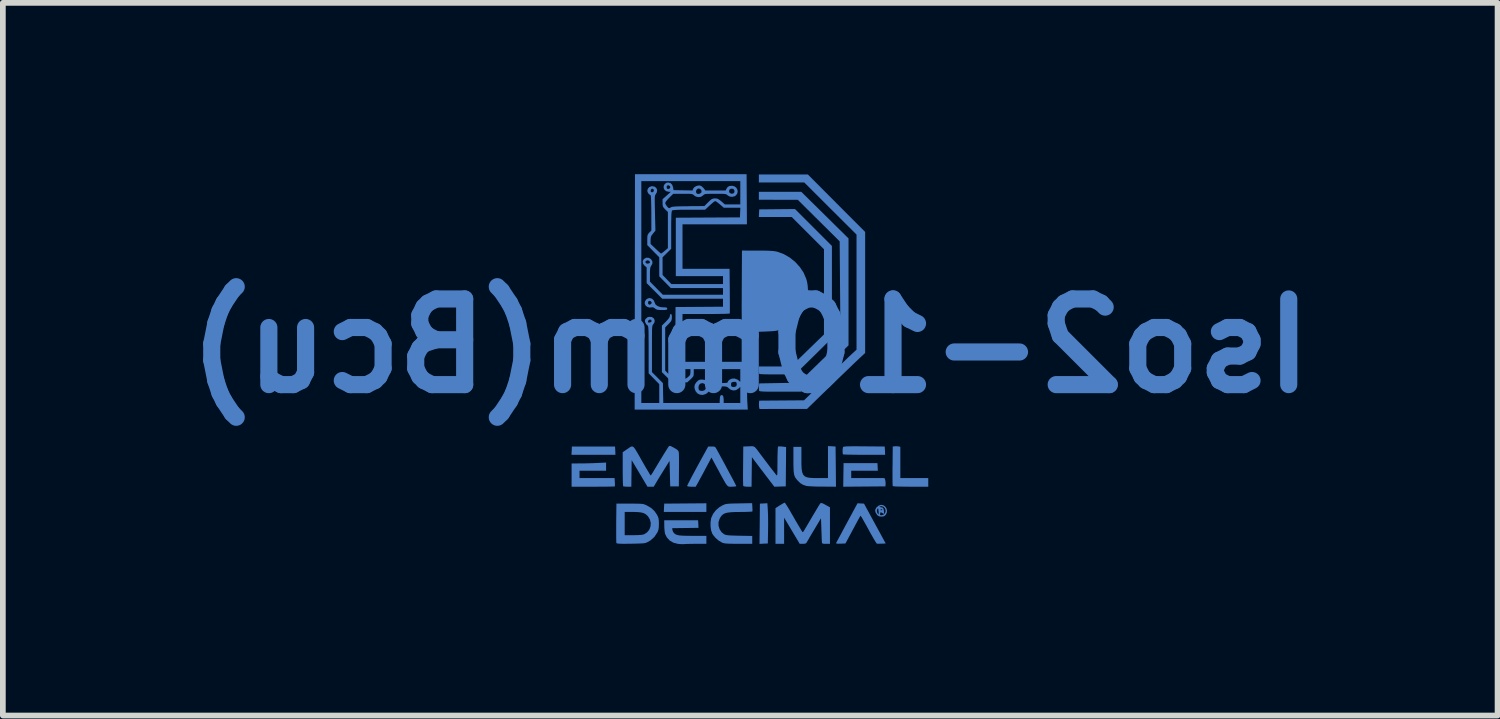
<source format=kicad_pcb>
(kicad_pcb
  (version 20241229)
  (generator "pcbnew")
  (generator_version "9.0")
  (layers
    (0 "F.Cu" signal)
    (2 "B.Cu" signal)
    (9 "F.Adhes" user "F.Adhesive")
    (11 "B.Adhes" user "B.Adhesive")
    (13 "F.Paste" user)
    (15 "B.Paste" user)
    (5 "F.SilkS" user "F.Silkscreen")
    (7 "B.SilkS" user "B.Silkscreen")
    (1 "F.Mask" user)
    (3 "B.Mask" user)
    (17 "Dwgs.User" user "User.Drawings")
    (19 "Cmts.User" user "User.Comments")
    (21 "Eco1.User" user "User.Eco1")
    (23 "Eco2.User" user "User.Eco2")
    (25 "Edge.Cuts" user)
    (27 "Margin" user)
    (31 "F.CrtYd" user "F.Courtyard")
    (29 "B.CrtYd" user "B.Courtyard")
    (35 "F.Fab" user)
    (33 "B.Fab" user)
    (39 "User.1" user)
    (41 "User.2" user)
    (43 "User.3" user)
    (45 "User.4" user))
  (footprint "Iso2-10mm(Bcu)"
    (layer "F.Cu")
    (at 10.086 3.006)
    (property "Reference" "Iso2-10mm(Bcu)" (at 0 0 0) (layer "B.Cu") (effects (font (size 1.5 1.5) (thickness 0.3)) (justify mirror)))
    (attr board_only exclude_from_pos_files exclude_from_bom)
    (fp_poly (pts (xy -2.363 1.835) (xy -2.36 1.907) (xy -2.745 1.907) (xy -3.13 1.907) (xy -3.126 1.835) (xy -3.123 1.762) (xy -2.745 1.762) (xy -2.367 1.762)) (stroke (width 0) (type solid)) (fill yes) (layer "B.Cu"))
    (fp_poly (pts (xy -0.768 2.832) (xy -0.768 2.908) (xy -1.14 2.908) (xy -1.513 2.908) (xy -1.51 2.835) (xy -1.506 2.762) (xy -1.137 2.759) (xy -0.768 2.756)) (stroke (width 0) (type solid)) (fill yes) (layer "B.Cu"))
    (fp_poly (pts (xy 0.308 2.875) (xy 0.31 2.926) (xy 0.312 2.994) (xy 0.313 3.072) (xy 0.313 3.155) (xy 0.312 3.227) (xy 0.308 3.46) (xy 0.235 3.463) (xy 0.162 3.467) (xy 0.166 3.115) (xy 0.169 2.762) (xy 0.234 2.759) (xy 0.3 2.755)) (stroke (width 0) (type solid)) (fill yes) (layer "B.Cu"))
    (fp_poly (pts (xy 2.231 2.12) (xy 2.234 2.186) (xy 2.001 2.186) (xy 1.768 2.186) (xy 1.768 2.25) (xy 1.768 2.314) (xy 2.059 2.314) (xy 2.35 2.314) (xy 2.362 2.346) (xy 2.369 2.38) (xy 2.37 2.418) (xy 2.37 2.418) (xy 2.367 2.46) (xy 1.997 2.463) (xy 1.628 2.466) (xy 1.631 2.259) (xy 1.634 2.053) (xy 1.931 2.053) (xy 2.227 2.053)) (stroke (width 0) (type solid)) (fill yes) (layer "B.Cu"))
    (fp_poly (pts (xy 1.978 1.759) (xy 1.995 1.759) (xy 2.355 1.762) (xy 2.359 1.835) (xy 2.362 1.907) (xy 1.997 1.907) (xy 1.907 1.907) (xy 1.825 1.906) (xy 1.753 1.905) (xy 1.694 1.904) (xy 1.652 1.902) (xy 1.628 1.901) (xy 1.624 1.9) (xy 1.619 1.883) (xy 1.617 1.852) (xy 1.618 1.817) (xy 1.621 1.786) (xy 1.626 1.771) (xy 1.634 1.766) (xy 1.653 1.763) (xy 1.684 1.76) (xy 1.73 1.759) (xy 1.793 1.758) (xy 1.875 1.758)) (stroke (width 0) (type solid)) (fill yes) (layer "B.Cu"))
    (fp_poly (pts (xy 2.601 1.761) (xy 2.628 1.768) (xy 2.628 2.041) (xy 2.628 2.314) (xy 2.873 2.314) (xy 3.117 2.314) (xy 3.117 2.39) (xy 3.117 2.466) (xy 2.808 2.466) (xy 2.71 2.465) (xy 2.634 2.464) (xy 2.576 2.463) (xy 2.535 2.461) (xy 2.51 2.458) (xy 2.497 2.454) (xy 2.494 2.451) (xy 2.493 2.436) (xy 2.492 2.401) (xy 2.491 2.348) (xy 2.491 2.282) (xy 2.491 2.204) (xy 2.491 2.119) (xy 2.492 2.099) (xy 2.495 1.762) (xy 2.534 1.758) (xy 2.57 1.758)) (stroke (width 0) (type solid)) (fill yes) (layer "B.Cu"))
    (fp_poly (pts (xy -2.524 2.115) (xy -2.524 2.186) (xy -2.756 2.186) (xy -2.989 2.186) (xy -2.989 2.25) (xy -2.989 2.314) (xy -2.682 2.314) (xy -2.375 2.314) (xy -2.371 2.385) (xy -2.369 2.423) (xy -2.37 2.451) (xy -2.372 2.461) (xy -2.384 2.462) (xy -2.417 2.463) (xy -2.467 2.464) (xy -2.533 2.465) (xy -2.61 2.465) (xy -2.697 2.466) (xy -2.752 2.466) (xy -3.128 2.466) (xy -3.128 2.262) (xy -3.128 2.059) (xy -2.992 2.058) (xy -2.925 2.058) (xy -2.845 2.056) (xy -2.763 2.054) (xy -2.689 2.051) (xy -2.524 2.043)) (stroke (width 0) (type solid)) (fill yes) (layer "B.Cu"))
    (fp_poly (pts (xy 1.107 -2.073) (xy 1.43 -1.75) (xy 1.43 -0.943) (xy 1.43 -0.136) (xy 1.108 0.182) (xy 0.785 0.499) (xy 0.476 0.5) (xy 0.393 0.499) (xy 0.318 0.499) (xy 0.254 0.498) (xy 0.204 0.496) (xy 0.172 0.494) (xy 0.159 0.492) (xy 0.155 0.477) (xy 0.152 0.447) (xy 0.151 0.423) (xy 0.151 0.361) (xy 0.433 0.36) (xy 0.715 0.36) (xy 1.003 0.08) (xy 1.291 -0.2) (xy 1.291 -0.946) (xy 1.291 -1.692) (xy 1.009 -1.974) (xy 0.727 -2.256) (xy 0.438 -2.256) (xy 0.15 -2.256) (xy 0.154 -2.323) (xy 0.157 -2.39) (xy 0.471 -2.393) (xy 0.784 -2.396)) (stroke (width 0) (type solid)) (fill yes) (layer "B.Cu"))
    (fp_poly (pts (xy -0.909 3.12) (xy -0.906 3.186) (xy -1.136 3.189) (xy -1.367 3.192) (xy -1.363 3.222) (xy -1.352 3.254) (xy -1.339 3.273) (xy -1.322 3.29) (xy -1.301 3.303) (xy -1.274 3.312) (xy -1.237 3.319) (xy -1.188 3.323) (xy -1.122 3.325) (xy -1.038 3.326) (xy -1.006 3.326) (xy -0.768 3.326) (xy -0.768 3.396) (xy -0.768 3.466) (xy -0.935 3.466) (xy -0.999 3.466) (xy -1.06 3.467) (xy -1.112 3.468) (xy -1.147 3.47) (xy -1.153 3.471) (xy -1.195 3.472) (xy -1.245 3.469) (xy -1.269 3.466) (xy -1.346 3.446) (xy -1.41 3.408) (xy -1.46 3.354) (xy -1.49 3.295) (xy -1.497 3.262) (xy -1.502 3.215) (xy -1.505 3.163) (xy -1.505 3.152) (xy -1.506 3.053) (xy -1.21 3.053) (xy -0.913 3.053)) (stroke (width 0) (type solid)) (fill yes) (layer "B.Cu"))
    (fp_poly (pts (xy 1.428 1.758) (xy 1.494 1.762) (xy 1.498 2.114) (xy 1.501 2.466) (xy 1.265 2.464) (xy 1.19 2.464) (xy 1.121 2.462) (xy 1.061 2.459) (xy 1.015 2.456) (xy 0.987 2.453) (xy 0.985 2.453) (xy 0.925 2.433) (xy 0.875 2.402) (xy 0.832 2.36) (xy 0.808 2.332) (xy 0.789 2.306) (xy 0.776 2.279) (xy 0.767 2.246) (xy 0.761 2.204) (xy 0.758 2.15) (xy 0.756 2.079) (xy 0.756 2.001) (xy 0.756 1.768) (xy 0.826 1.768) (xy 0.896 1.768) (xy 0.896 1.98) (xy 0.896 2.077) (xy 0.9 2.153) (xy 0.909 2.211) (xy 0.926 2.253) (xy 0.952 2.282) (xy 0.989 2.3) (xy 1.041 2.31) (xy 1.109 2.314) (xy 1.189 2.314) (xy 1.361 2.314) (xy 1.361 2.035) (xy 1.361 1.755)) (stroke (width 0) (type solid)) (fill yes) (layer "B.Cu"))
    (fp_poly (pts (xy 1.935 2.759) (xy 1.992 2.762) (xy 2.182 3.111) (xy 2.372 3.46) (xy 2.301 3.463) (xy 2.261 3.464) (xy 2.229 3.464) (xy 2.216 3.462) (xy 2.206 3.45) (xy 2.188 3.421) (xy 2.162 3.378) (xy 2.13 3.322) (xy 2.094 3.258) (xy 2.069 3.212) (xy 2.032 3.144) (xy 1.998 3.084) (xy 1.97 3.034) (xy 1.948 2.997) (xy 1.934 2.977) (xy 1.931 2.973) (xy 1.924 2.985) (xy 1.907 3.014) (xy 1.883 3.057) (xy 1.853 3.113) (xy 1.819 3.177) (xy 1.796 3.219) (xy 1.667 3.46) (xy 1.582 3.463) (xy 1.539 3.464) (xy 1.511 3.461) (xy 1.502 3.456) (xy 1.502 3.456) (xy 1.508 3.443) (xy 1.524 3.413) (xy 1.549 3.367) (xy 1.581 3.308) (xy 1.618 3.238) (xy 1.66 3.16) (xy 1.692 3.101) (xy 1.878 2.756)) (stroke (width 0) (type solid)) (fill yes) (layer "B.Cu"))
    (fp_poly (pts (xy -1.722 -0.827) (xy -1.691 -0.799) (xy -1.674 -0.762) (xy -1.673 -0.756) (xy -1.657 -0.723) (xy -1.623 -0.697) (xy -1.575 -0.68) (xy -1.522 -0.675) (xy -1.483 -0.674) (xy -1.463 -0.67) (xy -1.455 -0.661) (xy -1.454 -0.651) (xy -1.456 -0.64) (xy -1.465 -0.633) (xy -1.486 -0.629) (xy -1.524 -0.628) (xy -1.544 -0.628) (xy -1.593 -0.629) (xy -1.625 -0.633) (xy -1.649 -0.642) (xy -1.669 -0.656) (xy -1.697 -0.674) (xy -1.721 -0.676) (xy -1.73 -0.674) (xy -1.766 -0.671) (xy -1.804 -0.683) (xy -1.833 -0.707) (xy -1.848 -0.742) (xy -1.845 -0.768) (xy -1.789 -0.768) (xy -1.787 -0.74) (xy -1.787 -0.739) (xy -1.772 -0.723) (xy -1.764 -0.721) (xy -1.743 -0.729) (xy -1.733 -0.739) (xy -1.724 -0.757) (xy -1.733 -0.773) (xy -1.756 -0.789) (xy -1.777 -0.785) (xy -1.789 -0.768) (xy -1.845 -0.768) (xy -1.843 -0.779) (xy -1.823 -0.811) (xy -1.791 -0.832) (xy -1.76 -0.837)) (stroke (width 0) (type solid)) (fill yes) (layer "B.Cu"))
    (fp_poly (pts (xy 1.307 -2.29) (xy 1.721 -1.881) (xy 1.721 -0.945) (xy 1.721 -0.009) (xy 1.468 0.237) (xy 1.395 0.309) (xy 1.317 0.385) (xy 1.239 0.46) (xy 1.166 0.532) (xy 1.101 0.595) (xy 1.053 0.642) (xy 0.89 0.802) (xy 0.526 0.802) (xy 0.421 0.802) (xy 0.338 0.802) (xy 0.273 0.801) (xy 0.225 0.799) (xy 0.192 0.797) (xy 0.171 0.794) (xy 0.159 0.79) (xy 0.156 0.786) (xy 0.153 0.766) (xy 0.153 0.732) (xy 0.153 0.714) (xy 0.157 0.657) (xy 0.501 0.651) (xy 0.846 0.645) (xy 1.187 0.314) (xy 1.262 0.241) (xy 1.332 0.173) (xy 1.396 0.11) (xy 1.452 0.056) (xy 1.498 0.011) (xy 1.531 -0.022) (xy 1.551 -0.041) (xy 1.554 -0.044) (xy 1.58 -0.071) (xy 1.573 -0.951) (xy 1.566 -1.83) (xy 1.199 -2.194) (xy 0.832 -2.558) (xy 0.491 -2.558) (xy 0.151 -2.559) (xy 0.151 -2.628) (xy 0.151 -2.698) (xy 0.522 -2.698) (xy 0.893 -2.698)) (stroke (width 0) (type solid)) (fill yes) (layer "B.Cu"))
    (fp_poly (pts (xy 1.51 -2.498) (xy 2.012 -1.995) (xy 2.012 -0.935) (xy 2.012 0.125) (xy 1.951 0.181) (xy 1.924 0.206) (xy 1.883 0.245) (xy 1.829 0.296) (xy 1.766 0.357) (xy 1.694 0.426) (xy 1.617 0.5) (xy 1.537 0.577) (xy 1.456 0.656) (xy 1.375 0.734) (xy 1.298 0.809) (xy 1.226 0.878) (xy 1.17 0.933) (xy 0.994 1.104) (xy 0.579 1.104) (xy 0.163 1.105) (xy 0.156 1.078) (xy 0.153 1.048) (xy 0.153 1.01) (xy 0.153 1.005) (xy 0.157 0.959) (xy 0.549 0.956) (xy 0.942 0.953) (xy 1.166 0.735) (xy 1.277 0.626) (xy 1.382 0.524) (xy 1.48 0.429) (xy 1.569 0.343) (xy 1.647 0.268) (xy 1.712 0.205) (xy 1.764 0.156) (xy 1.794 0.128) (xy 1.861 0.066) (xy 1.861 -0.942) (xy 1.861 -1.949) (xy 1.403 -2.405) (xy 0.946 -2.861) (xy 0.549 -2.861) (xy 0.151 -2.861) (xy 0.151 -2.931) (xy 0.151 -3.001) (xy 0.58 -3.001) (xy 1.009 -3.001)) (stroke (width 0) (type solid)) (fill yes) (layer "B.Cu"))
    (fp_poly (pts (xy -0.639 1.763) (xy -0.618 1.769) (xy -0.603 1.785) (xy -0.593 1.803) (xy -0.543 1.894) (xy -0.493 1.986) (xy -0.444 2.076) (xy -0.398 2.162) (xy -0.356 2.241) (xy -0.318 2.311) (xy -0.287 2.369) (xy -0.264 2.415) (xy -0.249 2.444) (xy -0.244 2.455) (xy -0.255 2.46) (xy -0.283 2.464) (xy -0.32 2.466) (xy -0.343 2.466) (xy -0.362 2.466) (xy -0.378 2.463) (xy -0.393 2.455) (xy -0.408 2.439) (xy -0.426 2.415) (xy -0.448 2.379) (xy -0.475 2.33) (xy -0.511 2.266) (xy -0.555 2.183) (xy -0.564 2.167) (xy -0.679 1.955) (xy -0.789 2.161) (xy -0.824 2.228) (xy -0.858 2.29) (xy -0.888 2.345) (xy -0.911 2.388) (xy -0.926 2.415) (xy -0.927 2.416) (xy -0.955 2.466) (xy -1.03 2.466) (xy -1.075 2.464) (xy -1.099 2.458) (xy -1.105 2.451) (xy -1.099 2.438) (xy -1.084 2.406) (xy -1.06 2.36) (xy -1.029 2.3) (xy -0.992 2.231) (xy -0.95 2.153) (xy -0.921 2.099) (xy -0.736 1.762) (xy -0.676 1.762)) (stroke (width 0) (type solid)) (fill yes) (layer "B.Cu"))
    (fp_poly (pts (xy 0.128 -1.668) (xy 0.222 -1.668) (xy 0.297 -1.667) (xy 0.355 -1.664) (xy 0.4 -1.661) (xy 0.437 -1.656) (xy 0.467 -1.65) (xy 0.475 -1.648) (xy 0.587 -1.607) (xy 0.691 -1.547) (xy 0.786 -1.471) (xy 0.867 -1.382) (xy 0.933 -1.284) (xy 0.979 -1.178) (xy 0.994 -1.127) (xy 1.006 -1.055) (xy 1.011 -0.973) (xy 1.01 -0.889) (xy 1.002 -0.815) (xy 0.999 -0.8) (xy 0.964 -0.689) (xy 0.908 -0.585) (xy 0.835 -0.49) (xy 0.746 -0.407) (xy 0.644 -0.338) (xy 0.532 -0.286) (xy 0.483 -0.271) (xy 0.45 -0.264) (xy 0.399 -0.258) (xy 0.329 -0.254) (xy 0.239 -0.25) (xy 0.143 -0.247) (xy 0.053 -0.246) (xy -0.016 -0.245) (xy -0.067 -0.245) (xy -0.103 -0.246) (xy -0.126 -0.249) (xy -0.139 -0.252) (xy -0.145 -0.257) (xy -0.146 -0.258) (xy -0.147 -0.273) (xy -0.148 -0.308) (xy -0.149 -0.363) (xy -0.149 -0.435) (xy -0.149 -0.522) (xy -0.15 -0.621) (xy -0.15 -0.731) (xy -0.149 -0.85) (xy -0.149 -0.972) (xy -0.145 -1.669)) (stroke (width 0) (type solid)) (fill yes) (layer "B.Cu"))
    (fp_poly (pts (xy 0.059 1.761) (xy 0.078 1.771) (xy 0.098 1.791) (xy 0.123 1.822) (xy 0.157 1.868) (xy 0.183 1.903) (xy 0.22 1.952) (xy 0.263 2.009) (xy 0.31 2.071) (xy 0.356 2.132) (xy 0.399 2.187) (xy 0.434 2.232) (xy 0.456 2.26) (xy 0.463 2.267) (xy 0.468 2.268) (xy 0.471 2.261) (xy 0.474 2.243) (xy 0.475 2.211) (xy 0.476 2.163) (xy 0.476 2.096) (xy 0.477 2.027) (xy 0.477 1.949) (xy 0.479 1.88) (xy 0.481 1.825) (xy 0.483 1.785) (xy 0.487 1.765) (xy 0.488 1.762) (xy 0.504 1.76) (xy 0.536 1.761) (xy 0.563 1.763) (xy 0.628 1.771) (xy 0.625 2.115) (xy 0.622 2.46) (xy 0.522 2.463) (xy 0.422 2.466) (xy 0.353 2.376) (xy 0.322 2.335) (xy 0.281 2.282) (xy 0.235 2.22) (xy 0.186 2.157) (xy 0.156 2.117) (xy 0.029 1.949) (xy 0.026 2.207) (xy 0.023 2.466) (xy -0.047 2.466) (xy -0.093 2.463) (xy -0.118 2.456) (xy -0.123 2.451) (xy -0.124 2.436) (xy -0.125 2.401) (xy -0.126 2.348) (xy -0.126 2.282) (xy -0.126 2.204) (xy -0.125 2.119) (xy -0.125 2.099) (xy -0.122 1.762) (xy -0.026 1.759) (xy 0.011 1.757) (xy 0.038 1.757)) (stroke (width 0) (type solid)) (fill yes) (layer "B.Cu"))
    (fp_poly (pts (xy 0.037 2.822) (xy 0.039 2.86) (xy 0.039 2.888) (xy 0.038 2.899) (xy 0.025 2.902) (xy -0.007 2.904) (xy -0.054 2.906) (xy -0.113 2.908) (xy -0.172 2.908) (xy -0.267 2.909) (xy -0.341 2.913) (xy -0.399 2.92) (xy -0.443 2.932) (xy -0.477 2.95) (xy -0.503 2.974) (xy -0.525 3.006) (xy -0.537 3.029) (xy -0.556 3.087) (xy -0.555 3.149) (xy -0.537 3.209) (xy -0.504 3.26) (xy -0.458 3.298) (xy -0.454 3.3) (xy -0.435 3.307) (xy -0.411 3.313) (xy -0.378 3.317) (xy -0.332 3.32) (xy -0.27 3.322) (xy -0.189 3.324) (xy 0.035 3.328) (xy 0.035 3.397) (xy 0.035 3.466) (xy -0.206 3.465) (xy -0.29 3.465) (xy -0.353 3.464) (xy -0.401 3.462) (xy -0.436 3.459) (xy -0.462 3.455) (xy -0.482 3.449) (xy -0.496 3.443) (xy -0.553 3.409) (xy -0.607 3.363) (xy -0.65 3.311) (xy -0.666 3.286) (xy -0.685 3.23) (xy -0.695 3.161) (xy -0.695 3.088) (xy -0.685 3.02) (xy -0.682 3.01) (xy -0.651 2.942) (xy -0.602 2.878) (xy -0.54 2.824) (xy -0.491 2.795) (xy -0.467 2.784) (xy -0.446 2.775) (xy -0.423 2.769) (xy -0.394 2.765) (xy -0.356 2.762) (xy -0.304 2.76) (xy -0.235 2.759) (xy -0.196 2.758) (xy 0.033 2.754)) (stroke (width 0) (type solid)) (fill yes) (layer "B.Cu"))
    (fp_poly (pts (xy 0.612 2.754) (xy 0.63 2.781) (xy 0.655 2.82) (xy 0.685 2.869) (xy 0.698 2.893) (xy 0.746 2.975) (xy 0.791 3.054) (xy 0.833 3.125) (xy 0.868 3.184) (xy 0.895 3.229) (xy 0.904 3.243) (xy 0.913 3.256) (xy 0.921 3.26) (xy 0.932 3.25) (xy 0.948 3.225) (xy 0.964 3.197) (xy 1.028 3.089) (xy 1.08 3) (xy 1.123 2.928) (xy 1.157 2.87) (xy 1.183 2.827) (xy 1.202 2.795) (xy 1.216 2.774) (xy 1.225 2.762) (xy 1.228 2.758) (xy 1.238 2.751) (xy 1.255 2.753) (xy 1.282 2.764) (xy 1.319 2.784) (xy 1.396 2.827) (xy 1.396 3.146) (xy 1.396 3.466) (xy 1.326 3.466) (xy 1.286 3.465) (xy 1.265 3.46) (xy 1.256 3.451) (xy 1.255 3.445) (xy 1.254 3.427) (xy 1.252 3.391) (xy 1.25 3.339) (xy 1.248 3.277) (xy 1.246 3.222) (xy 1.239 3.018) (xy 1.121 3.216) (xy 1.084 3.278) (xy 1.05 3.335) (xy 1.022 3.384) (xy 1.001 3.419) (xy 0.99 3.439) (xy 0.99 3.44) (xy 0.977 3.456) (xy 0.955 3.464) (xy 0.921 3.466) (xy 0.866 3.466) (xy 0.73 3.237) (xy 0.593 3.008) (xy 0.593 3.237) (xy 0.593 3.466) (xy 0.518 3.466) (xy 0.442 3.466) (xy 0.442 3.154) (xy 0.442 2.841) (xy 0.517 2.793) (xy 0.555 2.77) (xy 0.585 2.753) (xy 0.602 2.745) (xy 0.603 2.745)) (stroke (width 0) (type solid)) (fill yes) (layer "B.Cu"))
    (fp_poly (pts (xy -2.031 2.762) (xy -1.971 2.763) (xy -1.927 2.764) (xy -1.894 2.767) (xy -1.868 2.771) (xy -1.847 2.778) (xy -1.826 2.787) (xy -1.814 2.792) (xy -1.737 2.837) (xy -1.677 2.892) (xy -1.633 2.956) (xy -1.616 2.99) (xy -1.606 3.02) (xy -1.601 3.055) (xy -1.599 3.102) (xy -1.599 3.117) (xy -1.601 3.172) (xy -1.606 3.212) (xy -1.616 3.244) (xy -1.627 3.268) (xy -1.679 3.346) (xy -1.747 3.406) (xy -1.785 3.429) (xy -1.805 3.439) (xy -1.824 3.447) (xy -1.845 3.453) (xy -1.872 3.457) (xy -1.908 3.459) (xy -1.958 3.461) (xy -2.024 3.463) (xy -2.091 3.464) (xy -2.176 3.465) (xy -2.24 3.465) (xy -2.286 3.464) (xy -2.317 3.461) (xy -2.335 3.458) (xy -2.343 3.453) (xy -2.344 3.452) (xy -2.345 3.437) (xy -2.346 3.401) (xy -2.347 3.349) (xy -2.347 3.282) (xy -2.347 3.205) (xy -2.347 3.119) (xy -2.347 3.111) (xy -2.198 3.111) (xy -2.198 3.315) (xy -2.047 3.315) (xy -1.965 3.313) (xy -1.905 3.309) (xy -1.865 3.301) (xy -1.858 3.299) (xy -1.805 3.264) (xy -1.767 3.217) (xy -1.746 3.161) (xy -1.742 3.1) (xy -1.756 3.041) (xy -1.789 2.986) (xy -1.798 2.976) (xy -1.828 2.949) (xy -1.862 2.93) (xy -1.903 2.918) (xy -1.957 2.911) (xy -2.028 2.908) (xy -2.063 2.908) (xy -2.198 2.908) (xy -2.198 3.111) (xy -2.347 3.111) (xy -2.347 3.099) (xy -2.343 2.762) (xy -2.111 2.762)) (stroke (width 0) (type solid)) (fill yes) (layer "B.Cu"))
    (fp_poly (pts (xy -1.397 1.753) (xy -1.37 1.765) (xy -1.333 1.785) (xy -1.293 1.809) (xy -1.268 1.828) (xy -1.256 1.846) (xy -1.251 1.865) (xy -1.249 1.886) (xy -1.248 1.928) (xy -1.247 1.985) (xy -1.247 2.054) (xy -1.247 2.131) (xy -1.248 2.181) (xy -1.25 2.46) (xy -1.326 2.46) (xy -1.401 2.46) (xy -1.407 2.237) (xy -1.413 2.014) (xy -1.502 2.156) (xy -1.539 2.216) (xy -1.577 2.277) (xy -1.611 2.333) (xy -1.638 2.378) (xy -1.64 2.381) (xy -1.69 2.466) (xy -1.744 2.466) (xy -1.799 2.466) (xy -1.937 2.233) (xy -2.076 2.001) (xy -2.079 2.233) (xy -2.082 2.466) (xy -2.15 2.466) (xy -2.188 2.464) (xy -2.215 2.461) (xy -2.225 2.458) (xy -2.227 2.445) (xy -2.229 2.411) (xy -2.231 2.361) (xy -2.232 2.297) (xy -2.233 2.223) (xy -2.233 2.156) (xy -2.233 1.862) (xy -2.166 1.816) (xy -2.132 1.793) (xy -2.105 1.774) (xy -2.084 1.763) (xy -2.065 1.761) (xy -2.047 1.769) (xy -2.028 1.789) (xy -2.005 1.823) (xy -1.976 1.872) (xy -1.938 1.938) (xy -1.9 2.006) (xy -1.859 2.077) (xy -1.823 2.14) (xy -1.791 2.193) (xy -1.767 2.234) (xy -1.751 2.26) (xy -1.745 2.268) (xy -1.742 2.267) (xy -1.739 2.265) (xy -1.733 2.258) (xy -1.724 2.244) (xy -1.71 2.222) (xy -1.69 2.189) (xy -1.662 2.142) (xy -1.625 2.081) (xy -1.577 2.001) (xy -1.573 1.995) (xy -1.533 1.929) (xy -1.497 1.87) (xy -1.466 1.821) (xy -1.442 1.783) (xy -1.428 1.762) (xy -1.425 1.758) (xy -1.414 1.751)) (stroke (width 0) (type solid)) (fill yes) (layer "B.Cu"))
    (fp_poly (pts (xy 2.324 2.788) (xy 2.357 2.807) (xy 2.381 2.838) (xy 2.394 2.876) (xy 2.392 2.917) (xy 2.373 2.957) (xy 2.372 2.958) (xy 2.35 2.979) (xy 2.322 2.988) (xy 2.297 2.989) (xy 2.261 2.986) (xy 2.235 2.973) (xy 2.217 2.953) (xy 2.191 2.91) (xy 2.189 2.887) (xy 2.216 2.887) (xy 2.225 2.923) (xy 2.236 2.939) (xy 2.247 2.952) (xy 2.249 2.954) (xy 2.249 2.944) (xy 2.248 2.917) (xy 2.246 2.893) (xy 2.244 2.872) (xy 2.279 2.872) (xy 2.288 2.879) (xy 2.297 2.877) (xy 2.312 2.869) (xy 2.314 2.866) (xy 2.305 2.861) (xy 2.297 2.861) (xy 2.281 2.867) (xy 2.279 2.872) (xy 2.244 2.872) (xy 2.243 2.859) (xy 2.239 2.845) (xy 2.233 2.847) (xy 2.226 2.855) (xy 2.216 2.887) (xy 2.189 2.887) (xy 2.188 2.869) (xy 2.209 2.83) (xy 2.225 2.817) (xy 2.262 2.817) (xy 2.266 2.821) (xy 2.291 2.826) (xy 2.317 2.831) (xy 2.33 2.843) (xy 2.337 2.868) (xy 2.339 2.884) (xy 2.343 2.916) (xy 2.344 2.937) (xy 2.343 2.94) (xy 2.332 2.938) (xy 2.311 2.925) (xy 2.31 2.925) (xy 2.289 2.914) (xy 2.28 2.916) (xy 2.279 2.917) (xy 2.276 2.938) (xy 2.272 2.947) (xy 2.275 2.961) (xy 2.291 2.966) (xy 2.315 2.962) (xy 2.34 2.95) (xy 2.349 2.942) (xy 2.368 2.911) (xy 2.37 2.876) (xy 2.357 2.843) (xy 2.334 2.818) (xy 2.302 2.807) (xy 2.276 2.81) (xy 2.262 2.817) (xy 2.225 2.817) (xy 2.247 2.798) (xy 2.287 2.783)) (stroke (width 0) (type solid)) (fill yes) (layer "B.Cu"))
    (fp_poly (pts (xy -0.061 -2.567) (xy -0.058 -2.128) (xy -0.622 -2.128) (xy -1.186 -2.128) (xy -1.186 -1.739) (xy -1.186 -1.349) (xy -0.774 -1.349) (xy -0.362 -1.349) (xy -0.358 -0.962) (xy -0.358 -0.87) (xy -0.357 -0.784) (xy -0.357 -0.709) (xy -0.357 -0.648) (xy -0.357 -0.601) (xy -0.358 -0.574) (xy -0.358 -0.567) (xy -0.37 -0.565) (xy -0.403 -0.563) (xy -0.454 -0.561) (xy -0.52 -0.56) (xy -0.598 -0.559) (xy -0.687 -0.558) (xy -0.774 -0.558) (xy -1.186 -0.558) (xy -1.186 -0.14) (xy -1.186 0.279) (xy -0.622 0.279) (xy -0.058 0.279) (xy -0.058 0.567) (xy -0.058 0.656) (xy -0.057 0.745) (xy -0.055 0.83) (xy -0.054 0.905) (xy -0.052 0.964) (xy -0.051 0.986) (xy -0.043 1.116) (xy -1.033 1.116) (xy -2.024 1.116) (xy -2.021 -0.942) (xy -1.907 -0.942) (xy -1.907 1) (xy -1.75 1) (xy -1.593 1) (xy -1.593 0.835) (xy -1.593 0.67) (xy -1.686 0.575) (xy -1.779 0.48) (xy -1.779 0.066) (xy -1.779 -0.043) (xy -1.78 -0.132) (xy -1.78 -0.201) (xy -1.781 -0.255) (xy -1.783 -0.294) (xy -1.785 -0.321) (xy -1.788 -0.339) (xy -1.792 -0.351) (xy -1.797 -0.357) (xy -1.801 -0.36) (xy -1.821 -0.378) (xy -1.837 -0.407) (xy -1.838 -0.407) (xy -1.845 -0.432) (xy -1.789 -0.432) (xy -1.789 -0.413) (xy -1.776 -0.408) (xy -1.76 -0.409) (xy -1.735 -0.417) (xy -1.727 -0.436) (xy -1.727 -0.436) (xy -1.735 -0.455) (xy -1.754 -0.461) (xy -1.774 -0.455) (xy -1.788 -0.438) (xy -1.789 -0.432) (xy -1.845 -0.432) (xy -1.846 -0.435) (xy -1.841 -0.457) (xy -1.829 -0.475) (xy -1.797 -0.502) (xy -1.766 -0.509) (xy -1.722 -0.504) (xy -1.691 -0.484) (xy -1.674 -0.453) (xy -1.675 -0.417) (xy -1.695 -0.381) (xy -1.697 -0.38) (xy -1.703 -0.372) (xy -1.708 -0.363) (xy -1.713 -0.35) (xy -1.716 -0.331) (xy -1.718 -0.303) (xy -1.72 -0.264) (xy -1.72 -0.212) (xy -1.721 -0.144) (xy -1.721 -0.057) (xy -1.721 0.05) (xy -1.721 0.053) (xy -1.721 0.459) (xy -1.625 0.555) (xy -1.529 0.652) (xy -1.526 0.826) (xy -1.522 1) (xy -1.029 1) (xy -0.536 1) (xy -0.533 0.933) (xy -0.529 0.894) (xy -0.523 0.873) (xy -0.512 0.864) (xy -0.507 0.862) (xy -0.485 0.865) (xy -0.472 0.886) (xy -0.466 0.926) (xy -0.465 0.945) (xy -0.465 1) (xy -0.32 1) (xy -0.174 1) (xy -0.174 0.858) (xy -0.174 0.717) (xy -0.207 0.748) (xy -0.25 0.775) (xy -0.298 0.781) (xy -0.345 0.766) (xy -0.374 0.744) (xy -0.391 0.728) (xy -0.407 0.718) (xy -0.428 0.712) (xy -0.459 0.71) (xy -0.507 0.709) (xy -0.523 0.709) (xy -0.595 0.71) (xy -0.646 0.713) (xy -0.68 0.719) (xy -0.7 0.728) (xy -0.709 0.741) (xy -0.709 0.749) (xy -0.72 0.787) (xy -0.749 0.822) (xy -0.779 0.843) (xy -0.832 0.859) (xy -0.881 0.854) (xy -0.925 0.832) (xy -0.957 0.793) (xy -0.975 0.743) (xy -0.976 0.732) (xy -0.907 0.732) (xy -0.901 0.765) (xy -0.893 0.777) (xy -0.872 0.786) (xy -0.841 0.789) (xy -0.837 0.788) (xy -0.805 0.78) (xy -0.785 0.76) (xy -0.782 0.753) (xy -0.774 0.717) (xy -0.782 0.689) (xy -0.336 0.689) (xy -0.333 0.704) (xy -0.317 0.717) (xy -0.29 0.721) (xy -0.262 0.715) (xy -0.244 0.704) (xy -0.236 0.678) (xy -0.238 0.657) (xy -0.245 0.637) (xy -0.261 0.63) (xy -0.288 0.63) (xy -0.318 0.636) (xy -0.332 0.648) (xy -0.335 0.661) (xy -0.336 0.689) (xy -0.782 0.689) (xy -0.784 0.685) (xy -0.806 0.662) (xy -0.837 0.652) (xy -0.869 0.659) (xy -0.886 0.671) (xy -0.902 0.697) (xy -0.907 0.732) (xy -0.976 0.732) (xy -0.977 0.716) (xy -0.971 0.68) (xy -0.95 0.645) (xy -0.938 0.632) (xy -0.911 0.605) (xy -0.886 0.593) (xy -0.852 0.589) (xy -0.846 0.589) (xy -0.798 0.595) (xy -0.758 0.616) (xy -0.752 0.62) (xy -0.734 0.633) (xy -0.718 0.641) (xy -0.697 0.647) (xy -0.668 0.65) (xy -0.625 0.651) (xy -0.565 0.651) (xy -0.553 0.651) (xy -0.488 0.651) (xy -0.443 0.649) (xy -0.415 0.647) (xy -0.4 0.642) (xy -0.395 0.635) (xy -0.395 0.635) (xy -0.387 0.617) (xy -0.366 0.595) (xy -0.365 0.594) (xy -0.321 0.573) (xy -0.271 0.572) (xy -0.224 0.59) (xy -0.21 0.6) (xy -0.174 0.63) (xy -0.174 0.519) (xy -0.174 0.407) (xy -0.582 0.407) (xy -0.989 0.407) (xy -0.989 0.469) (xy -0.99 0.504) (xy -0.995 0.528) (xy -1.01 0.549) (xy -1.036 0.577) (xy -1.046 0.586) (xy -1.104 0.64) (xy -1.235 0.64) (xy -1.366 0.64) (xy -1.456 0.55) (xy -1.547 0.46) (xy -1.547 0.052) (xy -1.547 -0.355) (xy -1.477 -0.424) (xy -1.439 -0.465) (xy -1.417 -0.495) (xy -1.408 -0.519) (xy -1.407 -0.526) (xy -1.402 -0.552) (xy -1.39 -0.558) (xy -1.379 -0.552) (xy -1.373 -0.53) (xy -1.372 -0.5) (xy -1.374 -0.469) (xy -1.38 -0.445) (xy -1.395 -0.421) (xy -1.423 -0.39) (xy -1.43 -0.383) (xy -1.489 -0.323) (xy -1.489 0.055) (xy -1.489 0.432) (xy -1.417 0.507) (xy -1.345 0.582) (xy -1.239 0.582) (xy -1.188 0.581) (xy -1.154 0.579) (xy -1.131 0.573) (xy -1.111 0.562) (xy -1.09 0.546) (xy -1.063 0.521) (xy -1.05 0.497) (xy -1.047 0.466) (xy -1.047 0.459) (xy -1.047 0.407) (xy -1.181 0.407) (xy -1.314 0.407) (xy -1.311 -0.137) (xy -1.308 -0.68) (xy -0.893 -0.683) (xy -0.477 -0.686) (xy -0.477 -0.756) (xy -0.477 -0.826) (xy -1.009 -0.826) (xy -1.541 -0.826) (xy -1.678 -0.963) (xy -1.814 -1.099) (xy -1.814 -1.237) (xy -1.814 -1.374) (xy -1.849 -1.403) (xy -1.877 -1.438) (xy -1.881 -1.463) (xy -1.836 -1.463) (xy -1.819 -1.445) (xy -1.817 -1.444) (xy -1.795 -1.44) (xy -1.771 -1.446) (xy -1.757 -1.458) (xy -1.756 -1.463) (xy -1.766 -1.487) (xy -1.791 -1.498) (xy -1.807 -1.496) (xy -1.832 -1.482) (xy -1.836 -1.463) (xy -1.881 -1.463) (xy -1.884 -1.476) (xy -1.869 -1.512) (xy -1.859 -1.523) (xy -1.821 -1.544) (xy -1.781 -1.543) (xy -1.742 -1.522) (xy -1.738 -1.518) (xy -1.714 -1.481) (xy -1.713 -1.442) (xy -1.733 -1.404) (xy -1.743 -1.387) (xy -1.75 -1.367) (xy -1.754 -1.337) (xy -1.756 -1.292) (xy -1.756 -1.25) (xy -1.756 -1.125) (xy -1.643 -1.01) (xy -1.531 -0.896) (xy -1.004 -0.896) (xy -0.477 -0.896) (xy -0.477 -0.954) (xy -0.477 -1.012) (xy -0.934 -1.012) (xy -1.391 -1.012) (xy -1.492 -1.115) (xy -1.593 -1.218) (xy -1.593 -1.385) (xy -1.593 -1.551) (xy -1.535 -1.551) (xy -1.535 -1.397) (xy -1.535 -1.242) (xy -1.458 -1.162) (xy -1.38 -1.082) (xy -0.928 -1.082) (xy -0.477 -1.082) (xy -0.477 -1.151) (xy -0.477 -1.221) (xy -0.89 -1.221) (xy -1.303 -1.221) (xy -1.303 -1.733) (xy -1.303 -2.244) (xy -0.741 -2.247) (xy -0.18 -2.25) (xy -0.177 -2.335) (xy -0.173 -2.419) (xy -0.318 -2.419) (xy -0.463 -2.419) (xy -0.531 -2.477) (xy -0.565 -2.505) (xy -0.594 -2.526) (xy -0.612 -2.535) (xy -0.614 -2.535) (xy -0.628 -2.528) (xy -0.655 -2.508) (xy -0.689 -2.478) (xy -0.709 -2.46) (xy -0.79 -2.384) (xy -1.073 -2.384) (xy -1.171 -2.384) (xy -1.247 -2.383) (xy -1.304 -2.38) (xy -1.342 -2.377) (xy -1.364 -2.373) (xy -1.37 -2.37) (xy -1.374 -2.359) (xy -1.378 -2.332) (xy -1.381 -2.29) (xy -1.382 -2.229) (xy -1.384 -2.149) (xy -1.384 -2.048) (xy -1.384 -2.028) (xy -1.384 -1.7) (xy -1.46 -1.625) (xy -1.535 -1.551) (xy -1.593 -1.551) (xy -1.593 -1.551) (xy -1.698 -1.658) (xy -1.803 -1.765) (xy -1.803 -1.856) (xy -1.802 -1.903) (xy -1.799 -1.933) (xy -1.791 -1.954) (xy -1.777 -1.973) (xy -1.767 -1.984) (xy -1.731 -2.02) (xy -1.732 -2.327) (xy -1.733 -2.432) (xy -1.735 -2.515) (xy -1.737 -2.576) (xy -1.74 -2.616) (xy -1.744 -2.636) (xy -1.746 -2.639) (xy -1.774 -2.657) (xy -1.795 -2.687) (xy -1.801 -2.709) (xy -1.744 -2.709) (xy -1.736 -2.694) (xy -1.717 -2.688) (xy -1.697 -2.698) (xy -1.688 -2.714) (xy -1.691 -2.74) (xy -1.708 -2.752) (xy -1.725 -2.75) (xy -1.741 -2.733) (xy -1.744 -2.709) (xy -1.801 -2.709) (xy -1.803 -2.714) (xy -1.792 -2.754) (xy -1.764 -2.783) (xy -1.724 -2.796) (xy -1.715 -2.796) (xy -1.672 -2.787) (xy -1.643 -2.762) (xy -1.63 -2.728) (xy -1.636 -2.688) (xy -1.652 -2.659) (xy -1.659 -2.649) (xy -1.665 -2.638) (xy -1.669 -2.623) (xy -1.671 -2.6) (xy -1.672 -2.568) (xy -1.672 -2.523) (xy -1.671 -2.462) (xy -1.669 -2.382) (xy -1.668 -2.323) (xy -1.66 -2.018) (xy -1.702 -1.967) (xy -1.727 -1.934) (xy -1.74 -1.907) (xy -1.744 -1.872) (xy -1.745 -1.851) (xy -1.745 -1.785) (xy -1.657 -1.701) (xy -1.62 -1.666) (xy -1.589 -1.638) (xy -1.568 -1.621) (xy -1.561 -1.617) (xy -1.548 -1.624) (xy -1.524 -1.642) (xy -1.497 -1.664) (xy -1.442 -1.711) (xy -1.442 -2.028) (xy -1.442 -2.345) (xy -1.489 -2.39) (xy -1.515 -2.418) (xy -1.529 -2.441) (xy -1.534 -2.47) (xy -1.535 -2.502) (xy -1.535 -2.568) (xy -1.462 -2.633) (xy -1.39 -2.698) (xy -1.426 -2.698) (xy -1.434 -2.7) (xy -0.95 -2.7) (xy -0.943 -2.675) (xy -0.923 -2.661) (xy -0.921 -2.66) (xy -0.891 -2.662) (xy -0.864 -2.678) (xy -0.853 -2.692) (xy -0.854 -2.711) (xy -0.372 -2.711) (xy -0.364 -2.684) (xy -0.358 -2.677) (xy -0.333 -2.665) (xy -0.304 -2.666) (xy -0.283 -2.68) (xy -0.281 -2.682) (xy -0.275 -2.713) (xy -0.287 -2.74) (xy -0.31 -2.752) (xy -0.341 -2.751) (xy -0.363 -2.735) (xy -0.372 -2.711) (xy -0.854 -2.711) (xy -0.854 -2.719) (xy -0.87 -2.743) (xy -0.896 -2.756) (xy -0.901 -2.756) (xy -0.927 -2.748) (xy -0.944 -2.726) (xy -0.95 -2.7) (xy -1.434 -2.7) (xy -1.469 -2.707) (xy -1.5 -2.731) (xy -1.516 -2.764) (xy -1.515 -2.791) (xy -1.464 -2.791) (xy -1.462 -2.763) (xy -1.461 -2.762) (xy -1.446 -2.747) (xy -1.438 -2.745) (xy -1.417 -2.753) (xy -1.407 -2.762) (xy -1.399 -2.781) (xy -1.407 -2.797) (xy -1.43 -2.812) (xy -1.451 -2.809) (xy -1.464 -2.791) (xy -1.515 -2.791) (xy -1.515 -2.801) (xy -1.5 -2.83) (xy -1.471 -2.855) (xy -1.437 -2.861) (xy -1.396 -2.851) (xy -1.367 -2.821) (xy -1.35 -2.773) (xy -1.35 -2.771) (xy -1.343 -2.727) (xy -1.177 -2.724) (xy -1.011 -2.721) (xy -1 -2.751) (xy -0.979 -2.778) (xy -0.944 -2.799) (xy -0.904 -2.809) (xy -0.877 -2.807) (xy -0.851 -2.794) (xy -0.823 -2.769) (xy -0.816 -2.761) (xy -0.785 -2.721) (xy -0.608 -2.721) (xy -0.431 -2.721) (xy -0.414 -2.755) (xy -0.394 -2.783) (xy -0.367 -2.798) (xy -0.327 -2.803) (xy -0.318 -2.803) (xy -0.275 -2.793) (xy -0.244 -2.769) (xy -0.225 -2.735) (xy -0.22 -2.696) (xy -0.231 -2.659) (xy -0.259 -2.628) (xy -0.27 -2.621) (xy -0.315 -2.609) (xy -0.36 -2.615) (xy -0.397 -2.636) (xy -0.401 -2.64) (xy -0.411 -2.649) (xy -0.424 -2.655) (xy -0.444 -2.659) (xy -0.475 -2.662) (xy -0.52 -2.663) (xy -0.584 -2.663) (xy -0.61 -2.663) (xy -0.68 -2.663) (xy -0.731 -2.662) (xy -0.766 -2.661) (xy -0.79 -2.657) (xy -0.805 -2.652) (xy -0.816 -2.644) (xy -0.826 -2.634) (xy -0.863 -2.61) (xy -0.908 -2.604) (xy -0.953 -2.615) (xy -0.982 -2.634) (xy -0.995 -2.646) (xy -1.009 -2.654) (xy -1.027 -2.659) (xy -1.055 -2.662) (xy -1.096 -2.663) (xy -1.154 -2.663) (xy -1.181 -2.663) (xy -1.348 -2.663) (xy -1.418 -2.594) (xy -1.452 -2.558) (xy -1.477 -2.527) (xy -1.488 -2.504) (xy -1.489 -2.501) (xy -1.481 -2.478) (xy -1.463 -2.449) (xy -1.456 -2.441) (xy -1.434 -2.418) (xy -1.42 -2.411) (xy -1.404 -2.417) (xy -1.393 -2.424) (xy -1.381 -2.43) (xy -1.363 -2.435) (xy -1.337 -2.438) (xy -1.3 -2.441) (xy -1.248 -2.443) (xy -1.179 -2.444) (xy -1.09 -2.445) (xy -1.084 -2.446) (xy -0.803 -2.448) (xy -0.736 -2.515) (xy -0.701 -2.549) (xy -0.675 -2.569) (xy -0.653 -2.578) (xy -0.629 -2.582) (xy -0.617 -2.582) (xy -0.586 -2.58) (xy -0.56 -2.57) (xy -0.53 -2.55) (xy -0.505 -2.53) (xy -0.444 -2.477) (xy -0.309 -2.477) (xy -0.174 -2.477) (xy -0.174 -2.681) (xy -0.174 -2.884) (xy -1.041 -2.884) (xy -1.907 -2.884) (xy -1.907 -0.942) (xy -2.021 -0.942) (xy -2.021 -0.945) (xy -2.018 -3.006) (xy -1.041 -3.006) (xy -0.064 -3.006)) (stroke (width 0) (type solid)) (fill yes) (layer "B.Cu")))
  (gr_rect
    (start -3 -3)
    (end 23.171 9.478)
    (stroke (width 0.1) (type default))
    (fill no)
    (layer "Edge.Cuts")))
</source>
